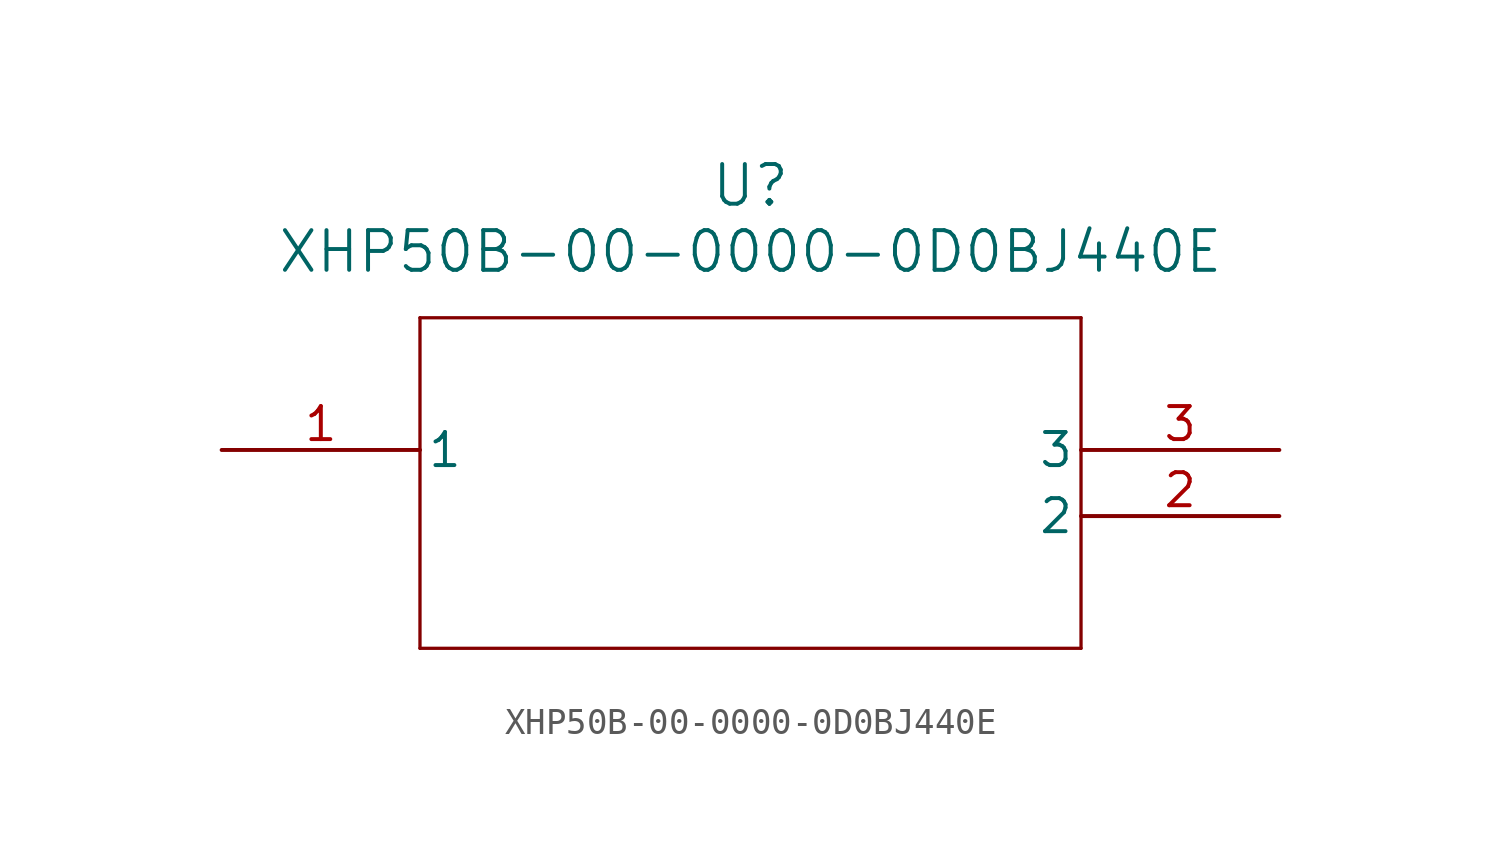
<source format=kicad_sym>
(kicad_symbol_lib
  (version 20211014)
  (generator kicad_symbol_editor)
  (symbol "XHP50B-00-0000-0D0BJ440E"
    (pin_names
      (offset 0.254))
    (property "Reference" "U"
      (at 20.32 10.16 0)
      (effects (font (size 1.524 1.524))))
    (property "Value" "XHP50B-00-0000-0D0BJ440E"
      (at 20.32 7.62 0)
      (effects (font (size 1.524 1.524))))
    (symbol "XHP50B-00-0000-0D0BJ440E_0_1"
      (polyline (pts (xy 7.62 5.08) (xy 7.62 -7.62)) (stroke (width 0.127) (type default) (color 0 0 0 0)) (fill (type none)))
      (polyline (pts (xy 7.62 -7.62) (xy 33.02 -7.62)) (stroke (width 0.127) (type default) (color 0 0 0 0)) (fill (type none)))
      (polyline (pts (xy 33.02 -7.62) (xy 33.02 5.08)) (stroke (width 0.127) (type default) (color 0 0 0 0)) (fill (type none)))
      (polyline (pts (xy 33.02 5.08) (xy 7.62 5.08)) (stroke (width 0.127) (type default) (color 0 0 0 0)) (fill (type none)))
      (pin unspecified line (at 0 0 0) (length 7.62) (name "1" (effects (font (size 1.27 1.27)))) (number "1" (effects (font (size 1.27 1.27)))))
      (pin unspecified line (at 40.64 -2.54 180) (length 7.62) (name "2" (effects (font (size 1.27 1.27)))) (number "2" (effects (font (size 1.27 1.27)))))
      (pin unspecified line (at 40.64 0 180) (length 7.62) (name "3" (effects (font (size 1.27 1.27)))) (number "3" (effects (font (size 1.27 1.27))))))))
</source>
